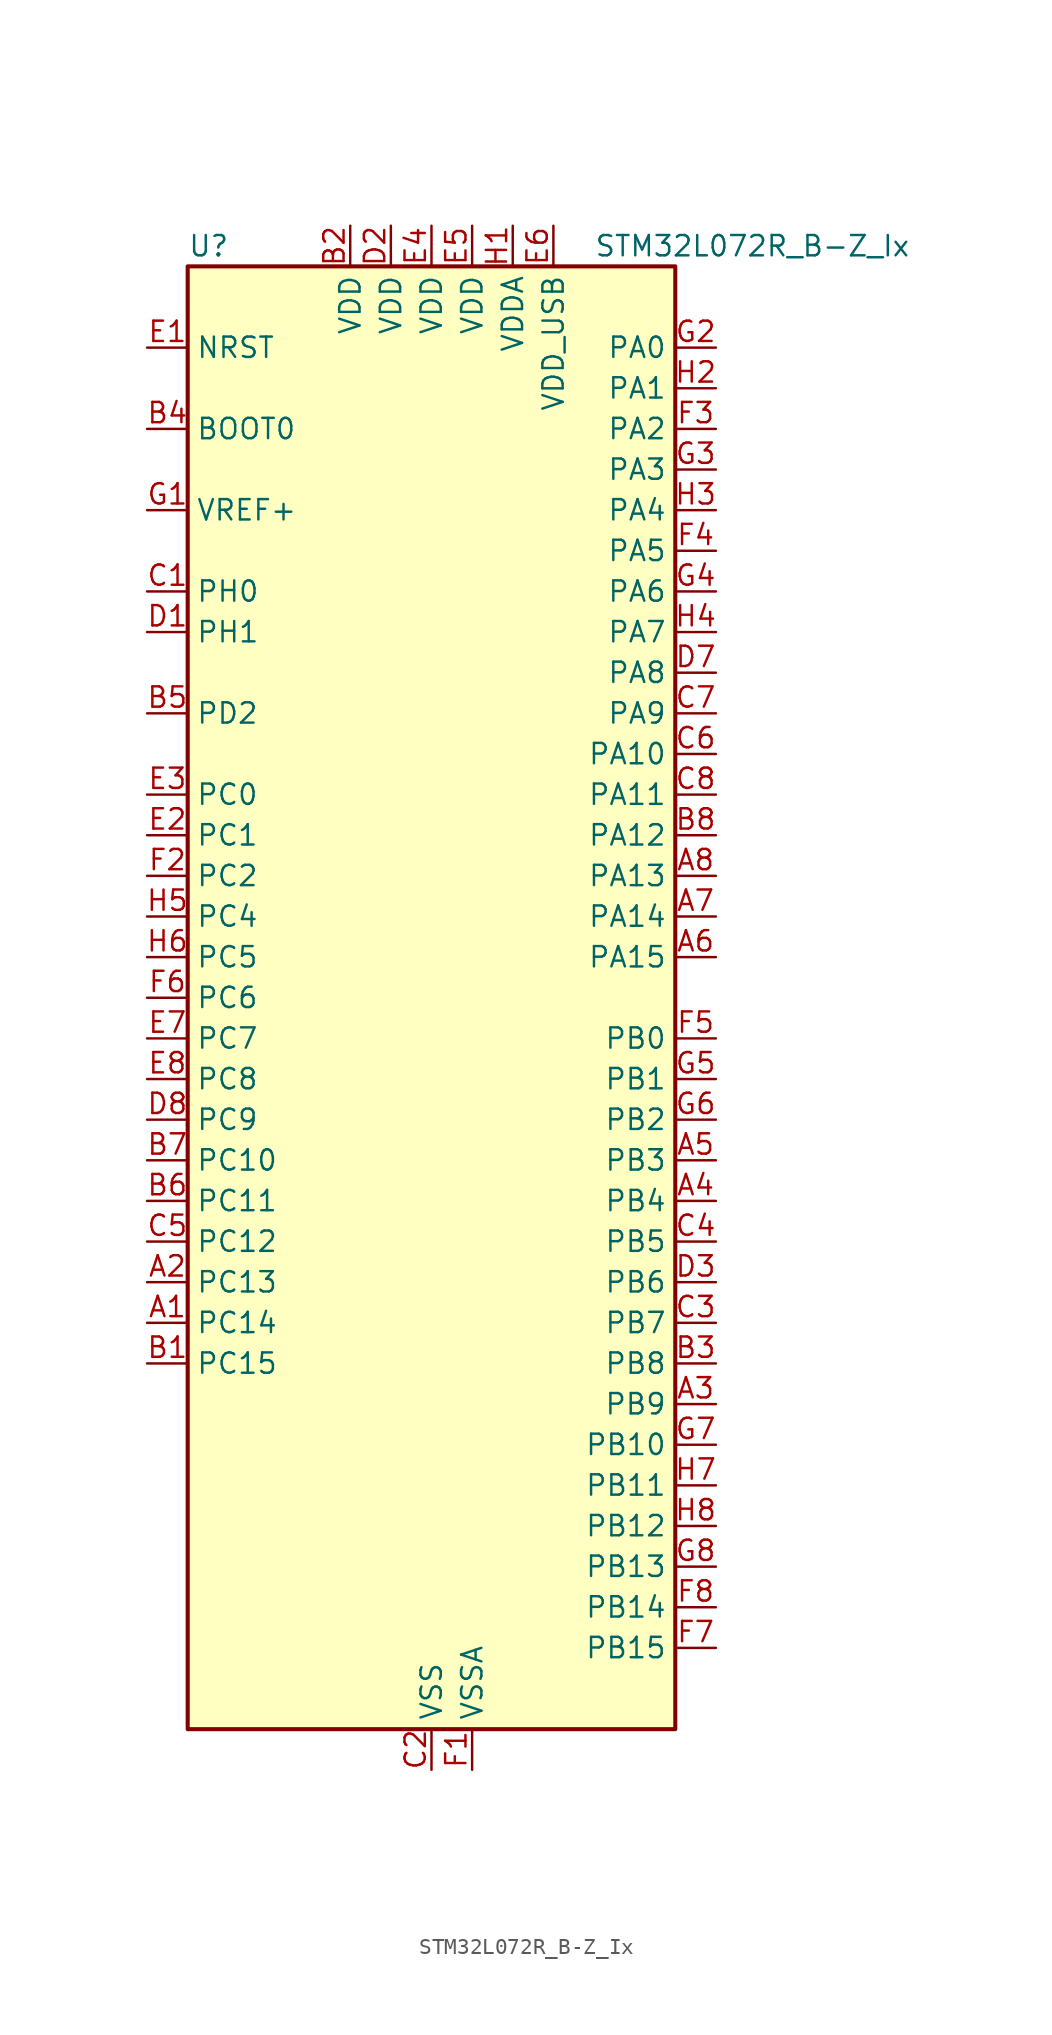
<source format=kicad_sym>
(kicad_symbol_lib
  (version 20241209)
  (generator "kicad_symbol_editor")
  (generator_version "9.0")
  (symbol "STM32L072R_B-Z_Ix"
    (property "Reference" "U"
      (at -15.24 46.99 0)
      (effects (font (size 1.27 1.27)) (justify left)))
    (property "Value" "STM32L072R_B-Z_Ix"
      (at 10.16 46.99 0)
      (effects (font (size 1.27 1.27)) (justify left)))
    (symbol "STM32L072R_B-Z_Ix_0_1"
      (rectangle (start -15.24 -45.72) (end 15.24 45.72) (stroke (width 0.254) (type default)) (fill (type background))))
    (symbol "STM32L072R_B-Z_Ix_1_1"
      (pin input line (at -17.78 40.64 0) (length 2.54) (name "NRST" (effects (font (size 1.27 1.27)))) (number "E1" (effects (font (size 1.27 1.27)))))
      (pin input line (at -17.78 35.56 0) (length 2.54) (name "BOOT0" (effects (font (size 1.27 1.27)))) (number "B4" (effects (font (size 1.27 1.27)))))
      (pin input line (at -17.78 30.48 0) (length 2.54) (name "VREF+" (effects (font (size 1.27 1.27)))) (number "G1" (effects (font (size 1.27 1.27)))))
      (pin bidirectional line (at -17.78 25.4 0) (length 2.54) (name "PH0" (effects (font (size 1.27 1.27)))) (number "C1" (effects (font (size 1.27 1.27)))) (alternate "CRS_SYNC" bidirectional line) (alternate "RCC_OSC_IN" bidirectional line))
      (pin bidirectional line (at -17.78 22.86 0) (length 2.54) (name "PH1" (effects (font (size 1.27 1.27)))) (number "D1" (effects (font (size 1.27 1.27)))) (alternate "RCC_OSC_OUT" bidirectional line))
      (pin bidirectional line (at -17.78 17.78 0) (length 2.54) (name "PD2" (effects (font (size 1.27 1.27)))) (number "B5" (effects (font (size 1.27 1.27)))) (alternate "LPUART1_DE" bidirectional line) (alternate "LPUART1_RTS" bidirectional line) (alternate "TIM3_ETR" bidirectional line) (alternate "USART5_RX" bidirectional line))
      (pin bidirectional line (at -17.78 12.7 0) (length 2.54) (name "PC0" (effects (font (size 1.27 1.27)))) (number "E3" (effects (font (size 1.27 1.27)))) (alternate "ADC_IN10" bidirectional line) (alternate "I2C3_SCL" bidirectional line) (alternate "LPTIM1_IN1" bidirectional line) (alternate "LPUART1_RX" bidirectional line) (alternate "TSC_G7_IO1" bidirectional line))
      (pin bidirectional line (at -17.78 10.16 0) (length 2.54) (name "PC1" (effects (font (size 1.27 1.27)))) (number "E2" (effects (font (size 1.27 1.27)))) (alternate "ADC_IN11" bidirectional line) (alternate "I2C3_SDA" bidirectional line) (alternate "LPTIM1_OUT" bidirectional line) (alternate "LPUART1_TX" bidirectional line) (alternate "TSC_G7_IO2" bidirectional line))
      (pin bidirectional line (at -17.78 7.62 0) (length 2.54) (name "PC2" (effects (font (size 1.27 1.27)))) (number "F2" (effects (font (size 1.27 1.27)))) (alternate "ADC_IN12" bidirectional line) (alternate "I2S2_MCK" bidirectional line) (alternate "LPTIM1_IN2" bidirectional line) (alternate "SPI2_MISO" bidirectional line) (alternate "TSC_G7_IO3" bidirectional line))
      (pin bidirectional line (at -17.78 5.08 0) (length 2.54) (name "PC4" (effects (font (size 1.27 1.27)))) (number "H5" (effects (font (size 1.27 1.27)))) (alternate "ADC_IN14" bidirectional line) (alternate "LPUART1_TX" bidirectional line))
      (pin bidirectional line (at -17.78 2.54 0) (length 2.54) (name "PC5" (effects (font (size 1.27 1.27)))) (number "H6" (effects (font (size 1.27 1.27)))) (alternate "ADC_IN15" bidirectional line) (alternate "LPUART1_RX" bidirectional line) (alternate "TSC_G3_IO1" bidirectional line))
      (pin bidirectional line (at -17.78 0 0) (length 2.54) (name "PC6" (effects (font (size 1.27 1.27)))) (number "F6" (effects (font (size 1.27 1.27)))) (alternate "TIM22_CH1" bidirectional line) (alternate "TIM3_CH1" bidirectional line) (alternate "TSC_G8_IO1" bidirectional line))
      (pin bidirectional line (at -17.78 -2.54 0) (length 2.54) (name "PC7" (effects (font (size 1.27 1.27)))) (number "E7" (effects (font (size 1.27 1.27)))) (alternate "TIM22_CH2" bidirectional line) (alternate "TIM3_CH2" bidirectional line) (alternate "TSC_G8_IO2" bidirectional line))
      (pin bidirectional line (at -17.78 -5.08 0) (length 2.54) (name "PC8" (effects (font (size 1.27 1.27)))) (number "E8" (effects (font (size 1.27 1.27)))) (alternate "TIM22_ETR" bidirectional line) (alternate "TIM3_CH3" bidirectional line) (alternate "TSC_G8_IO3" bidirectional line))
      (pin bidirectional line (at -17.78 -7.62 0) (length 2.54) (name "PC9" (effects (font (size 1.27 1.27)))) (number "D8" (effects (font (size 1.27 1.27)))) (alternate "DAC_EXTI9" bidirectional line) (alternate "I2C3_SDA" bidirectional line) (alternate "TIM21_ETR" bidirectional line) (alternate "TIM3_CH4" bidirectional line) (alternate "TSC_G8_IO4" bidirectional line) (alternate "USB_NOE" bidirectional line))
      (pin bidirectional line (at -17.78 -10.16 0) (length 2.54) (name "PC10" (effects (font (size 1.27 1.27)))) (number "B7" (effects (font (size 1.27 1.27)))) (alternate "LPUART1_TX" bidirectional line) (alternate "USART4_TX" bidirectional line))
      (pin bidirectional line (at -17.78 -12.7 0) (length 2.54) (name "PC11" (effects (font (size 1.27 1.27)))) (number "B6" (effects (font (size 1.27 1.27)))) (alternate "ADC_EXTI11" bidirectional line) (alternate "LPUART1_RX" bidirectional line) (alternate "USART4_RX" bidirectional line))
      (pin bidirectional line (at -17.78 -15.24 0) (length 2.54) (name "PC12" (effects (font (size 1.27 1.27)))) (number "C5" (effects (font (size 1.27 1.27)))) (alternate "USART4_CK" bidirectional line) (alternate "USART5_TX" bidirectional line))
      (pin bidirectional line (at -17.78 -17.78 0) (length 2.54) (name "PC13" (effects (font (size 1.27 1.27)))) (number "A2" (effects (font (size 1.27 1.27)))) (alternate "RTC_OUT_ALARM" bidirectional line) (alternate "RTC_OUT_CALIB" bidirectional line) (alternate "RTC_TAMP1" bidirectional line) (alternate "RTC_TS" bidirectional line) (alternate "SYS_WKUP2" bidirectional line))
      (pin bidirectional line (at -17.78 -20.32 0) (length 2.54) (name "PC14" (effects (font (size 1.27 1.27)))) (number "A1" (effects (font (size 1.27 1.27)))) (alternate "RCC_OSC32_IN" bidirectional line))
      (pin bidirectional line (at -17.78 -22.86 0) (length 2.54) (name "PC15" (effects (font (size 1.27 1.27)))) (number "B1" (effects (font (size 1.27 1.27)))) (alternate "RCC_OSC32_OUT" bidirectional line))
      (pin power_in line (at -5.08 48.26 270) (length 2.54) (name "VDD" (effects (font (size 1.27 1.27)))) (number "B2" (effects (font (size 1.27 1.27)))))
      (pin power_in line (at -2.54 48.26 270) (length 2.54) (name "VDD" (effects (font (size 1.27 1.27)))) (number "D2" (effects (font (size 1.27 1.27)))))
      (pin power_in line (at 0 48.26 270) (length 2.54) (name "VDD" (effects (font (size 1.27 1.27)))) (number "E4" (effects (font (size 1.27 1.27)))))
      (pin power_in line (at 0 -48.26 90) (length 2.54) (name "VSS" (effects (font (size 1.27 1.27)))) (number "C2" (effects (font (size 1.27 1.27)))))
      (pin passive line (at 0 -48.26 90) (length 2.54) (hide yes) (name "VSS" (effects (font (size 1.27 1.27)))) (number "D4" (effects (font (size 1.27 1.27)))))
      (pin passive line (at 0 -48.26 90) (length 2.54) (hide yes) (name "VSS" (effects (font (size 1.27 1.27)))) (number "D5" (effects (font (size 1.27 1.27)))))
      (pin passive line (at 0 -48.26 90) (length 2.54) (hide yes) (name "VSS" (effects (font (size 1.27 1.27)))) (number "D6" (effects (font (size 1.27 1.27)))))
      (pin power_in line (at 2.54 48.26 270) (length 2.54) (name "VDD" (effects (font (size 1.27 1.27)))) (number "E5" (effects (font (size 1.27 1.27)))))
      (pin power_in line (at 2.54 -48.26 90) (length 2.54) (name "VSSA" (effects (font (size 1.27 1.27)))) (number "F1" (effects (font (size 1.27 1.27)))))
      (pin power_in line (at 5.08 48.26 270) (length 2.54) (name "VDDA" (effects (font (size 1.27 1.27)))) (number "H1" (effects (font (size 1.27 1.27)))))
      (pin power_in line (at 7.62 48.26 270) (length 2.54) (name "VDD_USB" (effects (font (size 1.27 1.27)))) (number "E6" (effects (font (size 1.27 1.27)))))
      (pin bidirectional line (at 17.78 40.64 180) (length 2.54) (name "PA0" (effects (font (size 1.27 1.27)))) (number "G2" (effects (font (size 1.27 1.27)))) (alternate "ADC_IN0" bidirectional line) (alternate "COMP1_INM" bidirectional line) (alternate "COMP1_OUT" bidirectional line) (alternate "RTC_TAMP2" bidirectional line) (alternate "SYS_WKUP1" bidirectional line) (alternate "TIM2_CH1" bidirectional line) (alternate "TIM2_ETR" bidirectional line) (alternate "TSC_G1_IO1" bidirectional line) (alternate "USART2_CTS" bidirectional line) (alternate "USART4_TX" bidirectional line))
      (pin bidirectional line (at 17.78 38.1 180) (length 2.54) (name "PA1" (effects (font (size 1.27 1.27)))) (number "H2" (effects (font (size 1.27 1.27)))) (alternate "ADC_IN1" bidirectional line) (alternate "COMP1_INP" bidirectional line) (alternate "TIM21_ETR" bidirectional line) (alternate "TIM2_CH2" bidirectional line) (alternate "TSC_G1_IO2" bidirectional line) (alternate "USART2_DE" bidirectional line) (alternate "USART2_RTS" bidirectional line) (alternate "USART4_RX" bidirectional line))
      (pin bidirectional line (at 17.78 35.56 180) (length 2.54) (name "PA2" (effects (font (size 1.27 1.27)))) (number "F3" (effects (font (size 1.27 1.27)))) (alternate "ADC_IN2" bidirectional line) (alternate "COMP2_INM" bidirectional line) (alternate "COMP2_OUT" bidirectional line) (alternate "LPUART1_TX" bidirectional line) (alternate "TIM21_CH1" bidirectional line) (alternate "TIM2_CH3" bidirectional line) (alternate "TSC_G1_IO3" bidirectional line) (alternate "USART2_TX" bidirectional line))
      (pin bidirectional line (at 17.78 33.02 180) (length 2.54) (name "PA3" (effects (font (size 1.27 1.27)))) (number "G3" (effects (font (size 1.27 1.27)))) (alternate "ADC_IN3" bidirectional line) (alternate "COMP2_INP" bidirectional line) (alternate "LPUART1_RX" bidirectional line) (alternate "TIM21_CH2" bidirectional line) (alternate "TIM2_CH4" bidirectional line) (alternate "TSC_G1_IO4" bidirectional line) (alternate "USART2_RX" bidirectional line))
      (pin bidirectional line (at 17.78 30.48 180) (length 2.54) (name "PA4" (effects (font (size 1.27 1.27)))) (number "H3" (effects (font (size 1.27 1.27)))) (alternate "ADC_IN4" bidirectional line) (alternate "COMP1_INM" bidirectional line) (alternate "COMP2_INM" bidirectional line) (alternate "DAC_OUT1" bidirectional line) (alternate "SPI1_NSS" bidirectional line) (alternate "TIM22_ETR" bidirectional line) (alternate "TSC_G2_IO1" bidirectional line) (alternate "USART2_CK" bidirectional line))
      (pin bidirectional line (at 17.78 27.94 180) (length 2.54) (name "PA5" (effects (font (size 1.27 1.27)))) (number "F4" (effects (font (size 1.27 1.27)))) (alternate "ADC_IN5" bidirectional line) (alternate "COMP1_INM" bidirectional line) (alternate "COMP2_INM" bidirectional line) (alternate "DAC_OUT2" bidirectional line) (alternate "SPI1_SCK" bidirectional line) (alternate "TIM2_CH1" bidirectional line) (alternate "TIM2_ETR" bidirectional line) (alternate "TSC_G2_IO2" bidirectional line))
      (pin bidirectional line (at 17.78 25.4 180) (length 2.54) (name "PA6" (effects (font (size 1.27 1.27)))) (number "G4" (effects (font (size 1.27 1.27)))) (alternate "ADC_IN6" bidirectional line) (alternate "COMP1_OUT" bidirectional line) (alternate "LPUART1_CTS" bidirectional line) (alternate "SPI1_MISO" bidirectional line) (alternate "TIM22_CH1" bidirectional line) (alternate "TIM3_CH1" bidirectional line) (alternate "TSC_G2_IO3" bidirectional line))
      (pin bidirectional line (at 17.78 22.86 180) (length 2.54) (name "PA7" (effects (font (size 1.27 1.27)))) (number "H4" (effects (font (size 1.27 1.27)))) (alternate "ADC_IN7" bidirectional line) (alternate "COMP2_OUT" bidirectional line) (alternate "SPI1_MOSI" bidirectional line) (alternate "TIM22_CH2" bidirectional line) (alternate "TIM3_CH2" bidirectional line) (alternate "TSC_G2_IO4" bidirectional line))
      (pin bidirectional line (at 17.78 20.32 180) (length 2.54) (name "PA8" (effects (font (size 1.27 1.27)))) (number "D7" (effects (font (size 1.27 1.27)))) (alternate "CRS_SYNC" bidirectional line) (alternate "I2C3_SCL" bidirectional line) (alternate "RCC_MCO" bidirectional line) (alternate "USART1_CK" bidirectional line))
      (pin bidirectional line (at 17.78 17.78 180) (length 2.54) (name "PA9" (effects (font (size 1.27 1.27)))) (number "C7" (effects (font (size 1.27 1.27)))) (alternate "DAC_EXTI9" bidirectional line) (alternate "I2C1_SCL" bidirectional line) (alternate "I2C3_SMBA" bidirectional line) (alternate "RCC_MCO" bidirectional line) (alternate "TSC_G4_IO1" bidirectional line) (alternate "USART1_TX" bidirectional line))
      (pin bidirectional line (at 17.78 15.24 180) (length 2.54) (name "PA10" (effects (font (size 1.27 1.27)))) (number "C6" (effects (font (size 1.27 1.27)))) (alternate "I2C1_SDA" bidirectional line) (alternate "TSC_G4_IO2" bidirectional line) (alternate "USART1_RX" bidirectional line))
      (pin bidirectional line (at 17.78 12.7 180) (length 2.54) (name "PA11" (effects (font (size 1.27 1.27)))) (number "C8" (effects (font (size 1.27 1.27)))) (alternate "ADC_EXTI11" bidirectional line) (alternate "COMP1_OUT" bidirectional line) (alternate "SPI1_MISO" bidirectional line) (alternate "TSC_G4_IO3" bidirectional line) (alternate "USART1_CTS" bidirectional line) (alternate "USB_DM" bidirectional line))
      (pin bidirectional line (at 17.78 10.16 180) (length 2.54) (name "PA12" (effects (font (size 1.27 1.27)))) (number "B8" (effects (font (size 1.27 1.27)))) (alternate "COMP2_OUT" bidirectional line) (alternate "SPI1_MOSI" bidirectional line) (alternate "TSC_G4_IO4" bidirectional line) (alternate "USART1_DE" bidirectional line) (alternate "USART1_RTS" bidirectional line) (alternate "USB_DP" bidirectional line))
      (pin bidirectional line (at 17.78 7.62 180) (length 2.54) (name "PA13" (effects (font (size 1.27 1.27)))) (number "A8" (effects (font (size 1.27 1.27)))) (alternate "LPUART1_RX" bidirectional line) (alternate "SYS_SWDIO" bidirectional line) (alternate "USB_NOE" bidirectional line))
      (pin bidirectional line (at 17.78 5.08 180) (length 2.54) (name "PA14" (effects (font (size 1.27 1.27)))) (number "A7" (effects (font (size 1.27 1.27)))) (alternate "LPUART1_TX" bidirectional line) (alternate "SYS_SWCLK" bidirectional line) (alternate "USART2_TX" bidirectional line))
      (pin bidirectional line (at 17.78 2.54 180) (length 2.54) (name "PA15" (effects (font (size 1.27 1.27)))) (number "A6" (effects (font (size 1.27 1.27)))) (alternate "SPI1_NSS" bidirectional line) (alternate "TIM2_CH1" bidirectional line) (alternate "TIM2_ETR" bidirectional line) (alternate "USART2_RX" bidirectional line) (alternate "USART4_DE" bidirectional line) (alternate "USART4_RTS" bidirectional line))
      (pin bidirectional line (at 17.78 -2.54 180) (length 2.54) (name "PB0" (effects (font (size 1.27 1.27)))) (number "F5" (effects (font (size 1.27 1.27)))) (alternate "ADC_IN8" bidirectional line) (alternate "SYS_VREF_OUT_PB0" bidirectional line) (alternate "TIM3_CH3" bidirectional line) (alternate "TSC_G3_IO2" bidirectional line))
      (pin bidirectional line (at 17.78 -5.08 180) (length 2.54) (name "PB1" (effects (font (size 1.27 1.27)))) (number "G5" (effects (font (size 1.27 1.27)))) (alternate "ADC_IN9" bidirectional line) (alternate "LPUART1_DE" bidirectional line) (alternate "LPUART1_RTS" bidirectional line) (alternate "SYS_VREF_OUT_PB1" bidirectional line) (alternate "TIM3_CH4" bidirectional line) (alternate "TSC_G3_IO3" bidirectional line))
      (pin bidirectional line (at 17.78 -7.62 180) (length 2.54) (name "PB2" (effects (font (size 1.27 1.27)))) (number "G6" (effects (font (size 1.27 1.27)))) (alternate "I2C3_SMBA" bidirectional line) (alternate "LPTIM1_OUT" bidirectional line) (alternate "TSC_G3_IO4" bidirectional line))
      (pin bidirectional line (at 17.78 -10.16 180) (length 2.54) (name "PB3" (effects (font (size 1.27 1.27)))) (number "A5" (effects (font (size 1.27 1.27)))) (alternate "COMP2_INM" bidirectional line) (alternate "SPI1_SCK" bidirectional line) (alternate "TIM2_CH2" bidirectional line) (alternate "TSC_G5_IO1" bidirectional line) (alternate "USART1_DE" bidirectional line) (alternate "USART1_RTS" bidirectional line) (alternate "USART5_TX" bidirectional line))
      (pin bidirectional line (at 17.78 -12.7 180) (length 2.54) (name "PB4" (effects (font (size 1.27 1.27)))) (number "A4" (effects (font (size 1.27 1.27)))) (alternate "COMP2_INP" bidirectional line) (alternate "I2C3_SDA" bidirectional line) (alternate "SPI1_MISO" bidirectional line) (alternate "TIM22_CH1" bidirectional line) (alternate "TIM3_CH1" bidirectional line) (alternate "TSC_G5_IO2" bidirectional line) (alternate "USART1_CTS" bidirectional line) (alternate "USART5_RX" bidirectional line))
      (pin bidirectional line (at 17.78 -15.24 180) (length 2.54) (name "PB5" (effects (font (size 1.27 1.27)))) (number "C4" (effects (font (size 1.27 1.27)))) (alternate "COMP2_INP" bidirectional line) (alternate "I2C1_SMBA" bidirectional line) (alternate "LPTIM1_IN1" bidirectional line) (alternate "SPI1_MOSI" bidirectional line) (alternate "TIM22_CH2" bidirectional line) (alternate "TIM3_CH2" bidirectional line) (alternate "USART1_CK" bidirectional line) (alternate "USART5_CK" bidirectional line) (alternate "USART5_DE" bidirectional line) (alternate "USART5_RTS" bidirectional line))
      (pin bidirectional line (at 17.78 -17.78 180) (length 2.54) (name "PB6" (effects (font (size 1.27 1.27)))) (number "D3" (effects (font (size 1.27 1.27)))) (alternate "COMP2_INP" bidirectional line) (alternate "I2C1_SCL" bidirectional line) (alternate "LPTIM1_ETR" bidirectional line) (alternate "TSC_G5_IO3" bidirectional line) (alternate "USART1_TX" bidirectional line))
      (pin bidirectional line (at 17.78 -20.32 180) (length 2.54) (name "PB7" (effects (font (size 1.27 1.27)))) (number "C3" (effects (font (size 1.27 1.27)))) (alternate "COMP2_INP" bidirectional line) (alternate "I2C1_SDA" bidirectional line) (alternate "LPTIM1_IN2" bidirectional line) (alternate "SYS_PVD_IN" bidirectional line) (alternate "TSC_G5_IO4" bidirectional line) (alternate "USART1_RX" bidirectional line) (alternate "USART4_CTS" bidirectional line))
      (pin bidirectional line (at 17.78 -22.86 180) (length 2.54) (name "PB8" (effects (font (size 1.27 1.27)))) (number "B3" (effects (font (size 1.27 1.27)))) (alternate "I2C1_SCL" bidirectional line) (alternate "TSC_SYNC" bidirectional line))
      (pin bidirectional line (at 17.78 -25.4 180) (length 2.54) (name "PB9" (effects (font (size 1.27 1.27)))) (number "A3" (effects (font (size 1.27 1.27)))) (alternate "DAC_EXTI9" bidirectional line) (alternate "I2C1_SDA" bidirectional line) (alternate "I2S2_WS" bidirectional line) (alternate "SPI2_NSS" bidirectional line))
      (pin bidirectional line (at 17.78 -27.94 180) (length 2.54) (name "PB10" (effects (font (size 1.27 1.27)))) (number "G7" (effects (font (size 1.27 1.27)))) (alternate "I2C2_SCL" bidirectional line) (alternate "LPUART1_RX" bidirectional line) (alternate "LPUART1_TX" bidirectional line) (alternate "SPI2_SCK" bidirectional line) (alternate "TIM2_CH3" bidirectional line) (alternate "TSC_SYNC" bidirectional line))
      (pin bidirectional line (at 17.78 -30.48 180) (length 2.54) (name "PB11" (effects (font (size 1.27 1.27)))) (number "H7" (effects (font (size 1.27 1.27)))) (alternate "ADC_EXTI11" bidirectional line) (alternate "I2C2_SDA" bidirectional line) (alternate "LPUART1_RX" bidirectional line) (alternate "LPUART1_TX" bidirectional line) (alternate "TIM2_CH4" bidirectional line) (alternate "TSC_G6_IO1" bidirectional line))
      (pin bidirectional line (at 17.78 -33.02 180) (length 2.54) (name "PB12" (effects (font (size 1.27 1.27)))) (number "H8" (effects (font (size 1.27 1.27)))) (alternate "I2S2_WS" bidirectional line) (alternate "LPUART1_DE" bidirectional line) (alternate "LPUART1_RTS" bidirectional line) (alternate "SPI2_NSS" bidirectional line) (alternate "TSC_G6_IO2" bidirectional line))
      (pin bidirectional line (at 17.78 -35.56 180) (length 2.54) (name "PB13" (effects (font (size 1.27 1.27)))) (number "G8" (effects (font (size 1.27 1.27)))) (alternate "I2C2_SCL" bidirectional line) (alternate "I2S2_CK" bidirectional line) (alternate "LPUART1_CTS" bidirectional line) (alternate "RCC_MCO" bidirectional line) (alternate "SPI2_SCK" bidirectional line) (alternate "TIM21_CH1" bidirectional line) (alternate "TSC_G6_IO3" bidirectional line))
      (pin bidirectional line (at 17.78 -38.1 180) (length 2.54) (name "PB14" (effects (font (size 1.27 1.27)))) (number "F8" (effects (font (size 1.27 1.27)))) (alternate "I2C2_SDA" bidirectional line) (alternate "I2S2_MCK" bidirectional line) (alternate "LPUART1_DE" bidirectional line) (alternate "LPUART1_RTS" bidirectional line) (alternate "RTC_OUT_ALARM" bidirectional line) (alternate "RTC_OUT_CALIB" bidirectional line) (alternate "SPI2_MISO" bidirectional line) (alternate "TIM21_CH2" bidirectional line) (alternate "TSC_G6_IO4" bidirectional line))
      (pin bidirectional line (at 17.78 -40.64 180) (length 2.54) (name "PB15" (effects (font (size 1.27 1.27)))) (number "F7" (effects (font (size 1.27 1.27)))) (alternate "I2S2_SD" bidirectional line) (alternate "RTC_REFIN" bidirectional line) (alternate "SPI2_MOSI" bidirectional line)))))
</source>
